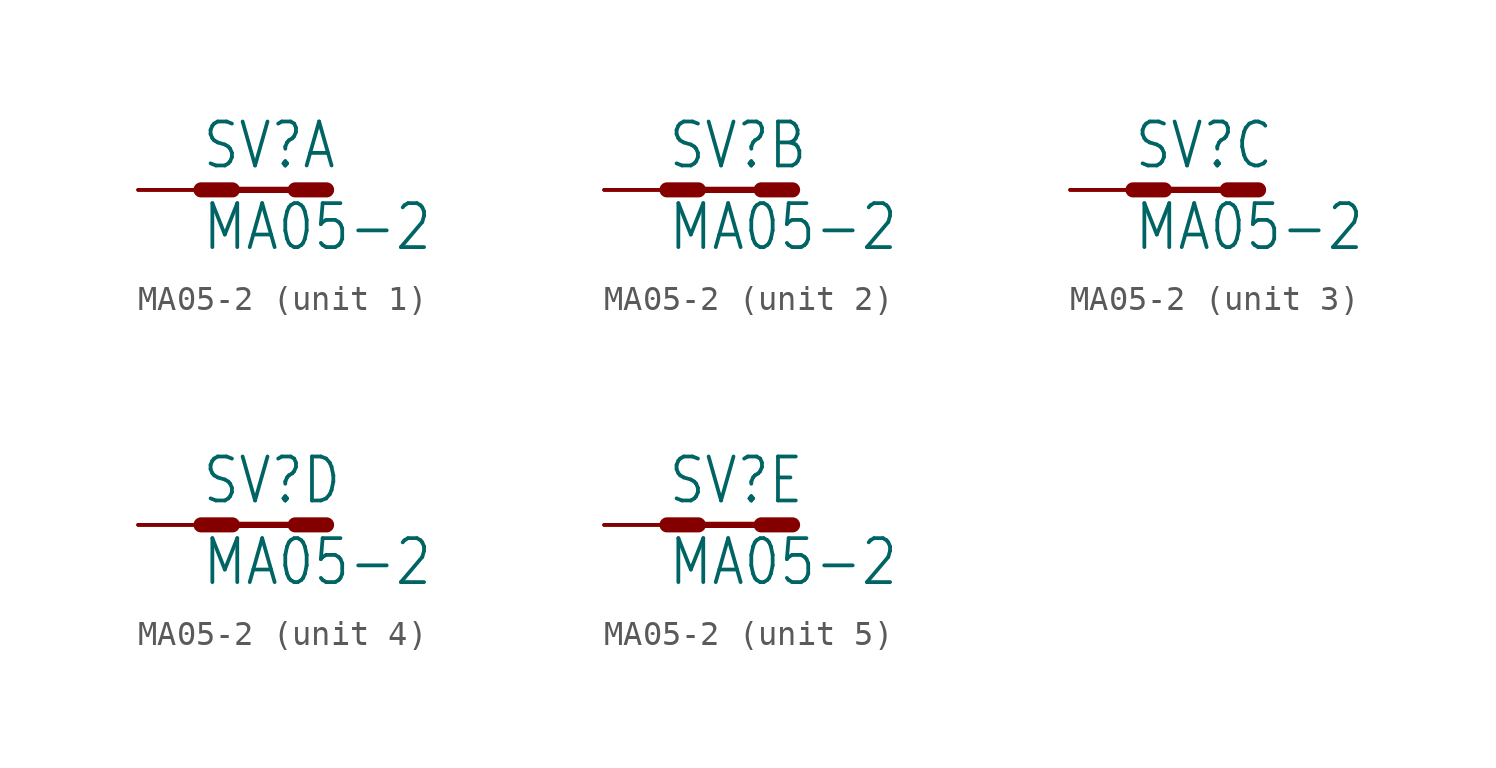
<source format=kicad_sym>
(kicad_symbol_lib
  (version 20211014)
  (generator kicad_symbol_editor)
  (symbol "MA05-2"
    (property "Reference" "SV"
      (at -2.54 0.762 0)
      (effects (font (size 1.778 1.511)) (justify left bottom)))
    (property "Value" "MA05-2"
      (at -2.54 -2.54 0)
      (effects (font (size 1.778 1.511)) (justify left bottom)))
    (property "ki_locked" ""
      (at 0 0 0)
      (effects (font (size 1.27 1.27))))
    (symbol "MA05-2_1_0"
      (polyline (pts (xy -2.54 0) (xy -1.27 0)) (stroke (width 0.61) (type default) (color 0 0 0 0)) (fill (type none)))
      (polyline (pts (xy -2.54 0) (xy 2.54 0)) (stroke (width 0.254) (type default) (color 0 0 0 0)) (fill (type none)))
      (polyline (pts (xy 1.27 0) (xy 2.54 0)) (stroke (width 0.61) (type default) (color 0 0 0 0)) (fill (type none)))
      (pin passive line (at -5.08 0 0) (length 5.08) (name "K" (effects (font (size 0 0)))) (number "1" (effects (font (size 0 0)))))
      (pin passive line (at -5.08 0 0) (length 5.08) (name "K" (effects (font (size 0 0)))) (number "2" (effects (font (size 0 0))))))
    (symbol "MA05-2_2_0"
      (polyline (pts (xy -2.54 0) (xy -1.27 0)) (stroke (width 0.61) (type default) (color 0 0 0 0)) (fill (type none)))
      (polyline (pts (xy -2.54 0) (xy 2.54 0)) (stroke (width 0.254) (type default) (color 0 0 0 0)) (fill (type none)))
      (polyline (pts (xy 1.27 0) (xy 2.54 0)) (stroke (width 0.61) (type default) (color 0 0 0 0)) (fill (type none)))
      (pin passive line (at -5.08 0 0) (length 5.08) (name "K" (effects (font (size 0 0)))) (number "3" (effects (font (size 0 0)))))
      (pin passive line (at -5.08 0 0) (length 5.08) (name "K" (effects (font (size 0 0)))) (number "4" (effects (font (size 0 0))))))
    (symbol "MA05-2_3_0"
      (polyline (pts (xy -2.54 0) (xy -1.27 0)) (stroke (width 0.61) (type default) (color 0 0 0 0)) (fill (type none)))
      (polyline (pts (xy -2.54 0) (xy 2.54 0)) (stroke (width 0.254) (type default) (color 0 0 0 0)) (fill (type none)))
      (polyline (pts (xy 1.27 0) (xy 2.54 0)) (stroke (width 0.61) (type default) (color 0 0 0 0)) (fill (type none)))
      (pin passive line (at -5.08 0 0) (length 5.08) (name "K" (effects (font (size 0 0)))) (number "5" (effects (font (size 0 0)))))
      (pin passive line (at -5.08 0 0) (length 5.08) (name "K" (effects (font (size 0 0)))) (number "6" (effects (font (size 0 0))))))
    (symbol "MA05-2_4_0"
      (polyline (pts (xy -2.54 0) (xy -1.27 0)) (stroke (width 0.61) (type default) (color 0 0 0 0)) (fill (type none)))
      (polyline (pts (xy -2.54 0) (xy 2.54 0)) (stroke (width 0.254) (type default) (color 0 0 0 0)) (fill (type none)))
      (polyline (pts (xy 1.27 0) (xy 2.54 0)) (stroke (width 0.61) (type default) (color 0 0 0 0)) (fill (type none)))
      (pin passive line (at -5.08 0 0) (length 5.08) (name "K" (effects (font (size 0 0)))) (number "7" (effects (font (size 0 0)))))
      (pin passive line (at -5.08 0 0) (length 5.08) (name "K" (effects (font (size 0 0)))) (number "8" (effects (font (size 0 0))))))
    (symbol "MA05-2_5_0"
      (polyline (pts (xy -2.54 0) (xy -1.27 0)) (stroke (width 0.61) (type default) (color 0 0 0 0)) (fill (type none)))
      (polyline (pts (xy -2.54 0) (xy 2.54 0)) (stroke (width 0.254) (type default) (color 0 0 0 0)) (fill (type none)))
      (polyline (pts (xy 1.27 0) (xy 2.54 0)) (stroke (width 0.61) (type default) (color 0 0 0 0)) (fill (type none)))
      (pin passive line (at -5.08 0 0) (length 5.08) (name "K" (effects (font (size 0 0)))) (number "10" (effects (font (size 0 0)))))
      (pin passive line (at -5.08 0 0) (length 5.08) (name "K" (effects (font (size 0 0)))) (number "9" (effects (font (size 0 0))))))))
</source>
